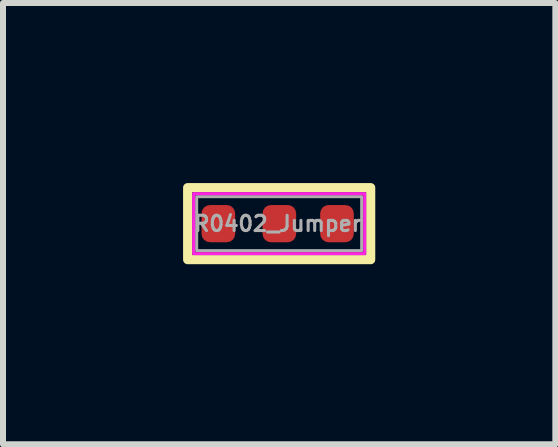
<source format=kicad_pcb>
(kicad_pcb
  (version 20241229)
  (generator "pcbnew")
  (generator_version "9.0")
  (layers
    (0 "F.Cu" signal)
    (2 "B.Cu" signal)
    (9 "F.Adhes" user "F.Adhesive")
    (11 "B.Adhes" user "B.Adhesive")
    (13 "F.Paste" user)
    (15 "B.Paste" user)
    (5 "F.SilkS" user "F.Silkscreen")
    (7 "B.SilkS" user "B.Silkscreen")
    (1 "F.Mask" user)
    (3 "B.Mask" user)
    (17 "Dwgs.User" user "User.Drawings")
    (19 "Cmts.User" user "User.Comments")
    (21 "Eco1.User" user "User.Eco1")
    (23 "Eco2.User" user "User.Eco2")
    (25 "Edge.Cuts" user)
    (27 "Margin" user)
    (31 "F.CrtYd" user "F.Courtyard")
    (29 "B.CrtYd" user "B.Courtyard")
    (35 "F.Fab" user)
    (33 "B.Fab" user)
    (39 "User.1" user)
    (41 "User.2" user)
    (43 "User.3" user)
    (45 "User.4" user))
  (footprint "R0402_Jumper"
    (layer "F.Cu")
    (at 1.576 0.676)
    (property "Reference" "R0402_Jumper" (at 0 0 180) (layer "F.Fab") (effects (font (size 0.254 0.254) (thickness 0.051))))
    (attr smd)
    (fp_rect (start -1.5 -0.6) (end 1.55 0.6) (stroke (width 0.152) (type solid)) (fill no) (layer "F.SilkS"))
    (fp_rect (start -1.4 -0.5) (end 1.45 0.5) (stroke (width 0.051) (type solid)) (fill no) (layer "F.CrtYd"))
    (fp_rect (start -1.35 -0.45) (end 1.4 0.45) (stroke (width 0.051) (type solid)) (fill no) (layer "F.Fab"))
    (pad "1" smd roundrect (at -0.988 0) (size 0.56 0.62) (layers "F.Cu" "F.Mask" "F.Paste") (roundrect_rratio 0.25))
    (pad "2" smd roundrect (at 0.028 0) (size 0.56 0.62) (layers "F.Cu" "F.Mask" "F.Paste") (roundrect_rratio 0.25))
    (pad "3" smd roundrect (at 0.988 0) (size 0.56 0.62) (layers "F.Cu" "F.Mask" "F.Paste") (roundrect_rratio 0.25)))
  (gr_rect
    (start -3 -3)
    (end 6.202 4.352)
    (stroke (width 0.1) (type default))
    (fill no)
    (layer "Edge.Cuts")))
</source>
